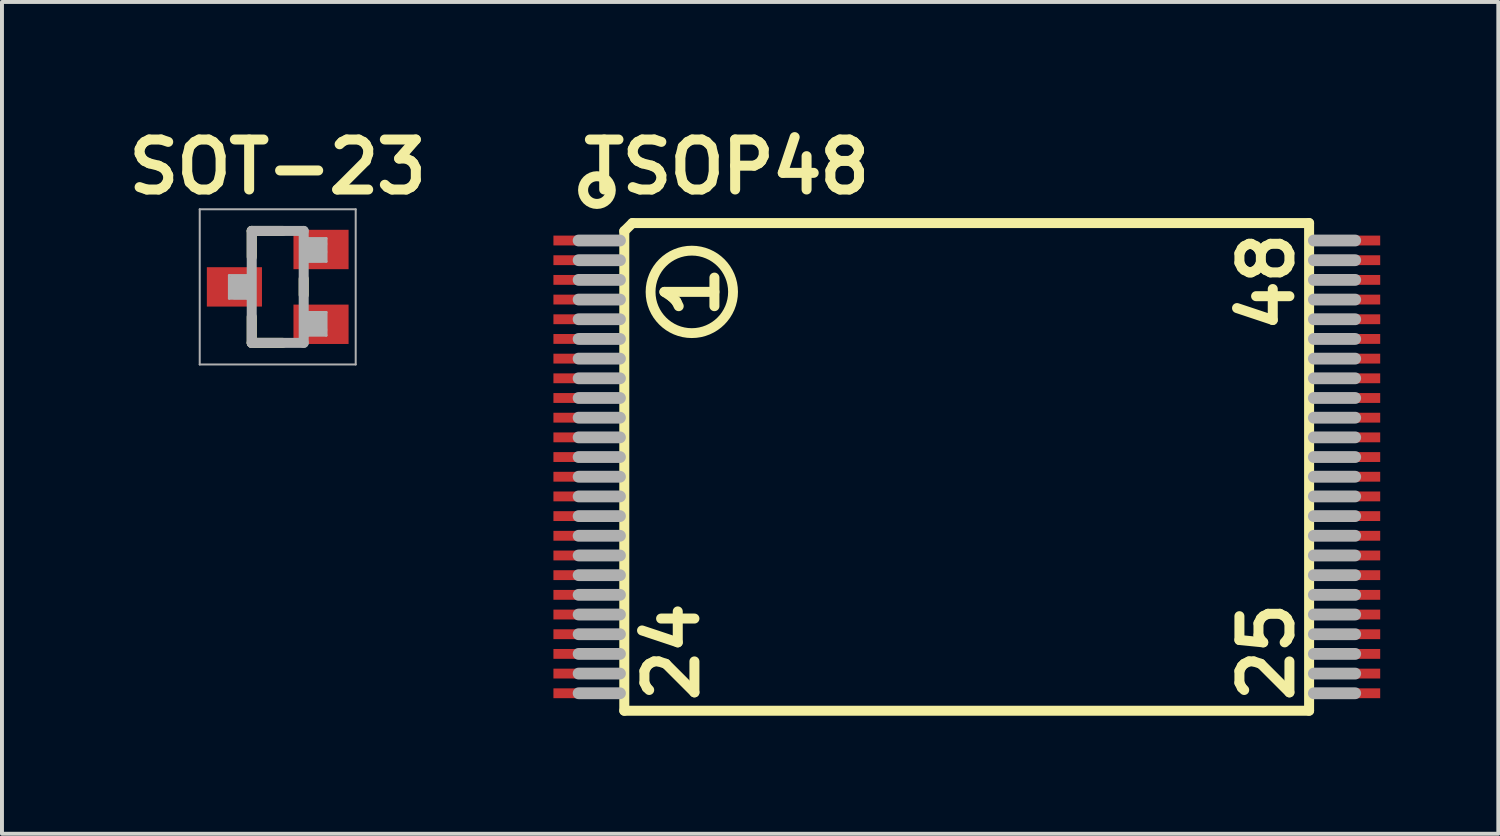
<source format=kicad_pcb>
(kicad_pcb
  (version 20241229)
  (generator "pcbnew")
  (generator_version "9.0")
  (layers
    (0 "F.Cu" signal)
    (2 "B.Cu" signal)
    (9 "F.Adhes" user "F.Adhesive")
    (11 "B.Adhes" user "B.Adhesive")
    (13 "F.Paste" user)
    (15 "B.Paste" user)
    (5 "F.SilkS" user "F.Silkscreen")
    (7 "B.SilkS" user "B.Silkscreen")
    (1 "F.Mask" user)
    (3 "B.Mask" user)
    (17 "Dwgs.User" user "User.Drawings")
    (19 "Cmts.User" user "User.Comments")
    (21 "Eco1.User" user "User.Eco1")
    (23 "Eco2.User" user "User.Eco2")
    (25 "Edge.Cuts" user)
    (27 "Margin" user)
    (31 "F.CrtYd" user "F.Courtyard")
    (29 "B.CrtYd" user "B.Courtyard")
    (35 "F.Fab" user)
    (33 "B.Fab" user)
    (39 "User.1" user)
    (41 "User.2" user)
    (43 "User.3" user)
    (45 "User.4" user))
  (footprint "TSOP48"
    (layer "F.Cu")
    (at 21.507 8.809)
    (property "Reference" "TSOP48" (at -6.096 -7.62 0) (layer "F.SilkS") (effects (font (size 1.27 1.27) (thickness 0.254))))
    (attr smd)
    (fp_line (start -8.7 -5.989) (end -8.494 -6.193) (stroke (width 0.254) (type solid)) (layer "F.SilkS"))
    (fp_line (start -8.7 6.193) (end -8.7 -5.989) (stroke (width 0.254) (type solid)) (layer "F.SilkS"))
    (fp_line (start -8.494 -6.193) (end 8.694 -6.193) (stroke (width 0.254) (type solid)) (layer "F.SilkS"))
    (fp_line (start 8.694 -6.193) (end 8.694 6.193) (stroke (width 0.254) (type solid)) (layer "F.SilkS"))
    (fp_line (start 8.694 6.193) (end -8.7 6.193) (stroke (width 0.254) (type solid)) (layer "F.SilkS"))
    (fp_circle (center -9.395 -7.031) (end -9.644 -7.28) (stroke (width 0.254) (type solid)) (fill no) (layer "F.SilkS"))
    (fp_circle (center -6.985 -4.445) (end -5.969 -4.699) (stroke (width 0.25) (type solid)) (fill no) (layer "F.SilkS"))
    (fp_line (start -9.86 -5.75) (end -8.81 -5.75) (stroke (width 0.3) (type solid)) (layer "F.Fab"))
    (fp_line (start -9.86 -5.25) (end -8.81 -5.25) (stroke (width 0.3) (type solid)) (layer "F.Fab"))
    (fp_line (start -9.86 -4.75) (end -8.81 -4.75) (stroke (width 0.3) (type solid)) (layer "F.Fab"))
    (fp_line (start -9.86 -4.25) (end -8.81 -4.25) (stroke (width 0.3) (type solid)) (layer "F.Fab"))
    (fp_line (start -9.86 -3.75) (end -8.81 -3.75) (stroke (width 0.3) (type solid)) (layer "F.Fab"))
    (fp_line (start -9.86 -3.25) (end -8.81 -3.25) (stroke (width 0.3) (type solid)) (layer "F.Fab"))
    (fp_line (start -9.86 -2.75) (end -8.81 -2.75) (stroke (width 0.3) (type solid)) (layer "F.Fab"))
    (fp_line (start -9.86 -2.25) (end -8.81 -2.25) (stroke (width 0.3) (type solid)) (layer "F.Fab"))
    (fp_line (start -9.86 -1.75) (end -8.81 -1.75) (stroke (width 0.3) (type solid)) (layer "F.Fab"))
    (fp_line (start -9.86 -1.25) (end -8.81 -1.25) (stroke (width 0.3) (type solid)) (layer "F.Fab"))
    (fp_line (start -9.86 -0.75) (end -8.81 -0.75) (stroke (width 0.3) (type solid)) (layer "F.Fab"))
    (fp_line (start -9.86 -0.25) (end -8.81 -0.25) (stroke (width 0.3) (type solid)) (layer "F.Fab"))
    (fp_line (start -9.86 0.25) (end -8.81 0.25) (stroke (width 0.3) (type solid)) (layer "F.Fab"))
    (fp_line (start -9.86 0.75) (end -8.81 0.75) (stroke (width 0.3) (type solid)) (layer "F.Fab"))
    (fp_line (start -9.86 1.25) (end -8.81 1.25) (stroke (width 0.3) (type solid)) (layer "F.Fab"))
    (fp_line (start -9.86 1.75) (end -8.81 1.75) (stroke (width 0.3) (type solid)) (layer "F.Fab"))
    (fp_line (start -9.86 2.25) (end -8.81 2.25) (stroke (width 0.3) (type solid)) (layer "F.Fab"))
    (fp_line (start -9.86 2.75) (end -8.81 2.75) (stroke (width 0.3) (type solid)) (layer "F.Fab"))
    (fp_line (start -9.86 3.25) (end -8.81 3.25) (stroke (width 0.3) (type solid)) (layer "F.Fab"))
    (fp_line (start -9.86 3.75) (end -8.81 3.75) (stroke (width 0.3) (type solid)) (layer "F.Fab"))
    (fp_line (start -9.86 4.25) (end -8.81 4.25) (stroke (width 0.3) (type solid)) (layer "F.Fab"))
    (fp_line (start -9.86 4.75) (end -8.81 4.75) (stroke (width 0.3) (type solid)) (layer "F.Fab"))
    (fp_line (start -9.86 5.25) (end -8.81 5.25) (stroke (width 0.3) (type solid)) (layer "F.Fab"))
    (fp_line (start -9.86 5.75) (end -8.81 5.75) (stroke (width 0.3) (type solid)) (layer "F.Fab"))
    (fp_line (start 8.815 -5.75) (end 9.865 -5.75) (stroke (width 0.3) (type solid)) (layer "F.Fab"))
    (fp_line (start 8.815 -5.25) (end 9.865 -5.25) (stroke (width 0.3) (type solid)) (layer "F.Fab"))
    (fp_line (start 8.815 -4.75) (end 9.865 -4.75) (stroke (width 0.3) (type solid)) (layer "F.Fab"))
    (fp_line (start 8.815 -4.25) (end 9.865 -4.25) (stroke (width 0.3) (type solid)) (layer "F.Fab"))
    (fp_line (start 8.815 -3.75) (end 9.865 -3.75) (stroke (width 0.3) (type solid)) (layer "F.Fab"))
    (fp_line (start 8.815 -3.25) (end 9.865 -3.25) (stroke (width 0.3) (type solid)) (layer "F.Fab"))
    (fp_line (start 8.815 -2.75) (end 9.865 -2.75) (stroke (width 0.3) (type solid)) (layer "F.Fab"))
    (fp_line (start 8.815 -2.25) (end 9.865 -2.25) (stroke (width 0.3) (type solid)) (layer "F.Fab"))
    (fp_line (start 8.815 -1.75) (end 9.865 -1.75) (stroke (width 0.3) (type solid)) (layer "F.Fab"))
    (fp_line (start 8.815 -1.25) (end 9.865 -1.25) (stroke (width 0.3) (type solid)) (layer "F.Fab"))
    (fp_line (start 8.815 -0.75) (end 9.865 -0.75) (stroke (width 0.3) (type solid)) (layer "F.Fab"))
    (fp_line (start 8.815 -0.25) (end 9.865 -0.25) (stroke (width 0.3) (type solid)) (layer "F.Fab"))
    (fp_line (start 8.815 0.25) (end 9.865 0.25) (stroke (width 0.3) (type solid)) (layer "F.Fab"))
    (fp_line (start 8.815 0.75) (end 9.865 0.75) (stroke (width 0.3) (type solid)) (layer "F.Fab"))
    (fp_line (start 8.815 1.25) (end 9.865 1.25) (stroke (width 0.3) (type solid)) (layer "F.Fab"))
    (fp_line (start 8.815 1.75) (end 9.865 1.75) (stroke (width 0.3) (type solid)) (layer "F.Fab"))
    (fp_line (start 8.815 2.25) (end 9.865 2.25) (stroke (width 0.3) (type solid)) (layer "F.Fab"))
    (fp_line (start 8.815 2.75) (end 9.865 2.75) (stroke (width 0.3) (type solid)) (layer "F.Fab"))
    (fp_line (start 8.815 3.25) (end 9.865 3.25) (stroke (width 0.3) (type solid)) (layer "F.Fab"))
    (fp_line (start 8.815 3.75) (end 9.865 3.75) (stroke (width 0.3) (type solid)) (layer "F.Fab"))
    (fp_line (start 8.815 4.25) (end 9.865 4.25) (stroke (width 0.3) (type solid)) (layer "F.Fab"))
    (fp_line (start 8.815 4.75) (end 9.865 4.75) (stroke (width 0.3) (type solid)) (layer "F.Fab"))
    (fp_line (start 8.815 5.25) (end 9.865 5.25) (stroke (width 0.3) (type solid)) (layer "F.Fab"))
    (fp_line (start 8.815 5.75) (end 9.865 5.75) (stroke (width 0.3) (type solid)) (layer "F.Fab"))
    (fp_text user "25" (at 7.62 4.699 90) (layer "F.SilkS") (effects (font (size 1.27 1.27) (thickness 0.254))))
    (fp_text user "24" (at -7.493 4.699 90) (layer "F.SilkS") (effects (font (size 1.27 1.27) (thickness 0.254))))
    (fp_text user "48" (at 7.62 -4.699 90) (layer "F.SilkS") (effects (font (size 1.27 1.27) (thickness 0.254))))
    (fp_text user "1" (at -6.985 -4.445 90) (layer "F.SilkS") (effects (font (size 1.27 1.27) (thickness 0.254))))
    (pad "1" smd rect (at -9.9 -5.75 270) (size 0.25 1.2) (layers "F.Cu" "F.Mask" "F.Paste"))
    (pad "2" smd rect (at -9.9 -5.25 270) (size 0.25 1.2) (layers "F.Cu" "F.Mask" "F.Paste"))
    (pad "3" smd rect (at -9.9 -4.75 270) (size 0.25 1.2) (layers "F.Cu" "F.Mask" "F.Paste"))
    (pad "4" smd rect (at -9.9 -4.25 270) (size 0.25 1.2) (layers "F.Cu" "F.Mask" "F.Paste"))
    (pad "5" smd rect (at -9.9 -3.75 270) (size 0.25 1.2) (layers "F.Cu" "F.Mask" "F.Paste"))
    (pad "6" smd rect (at -9.9 -3.25 270) (size 0.25 1.2) (layers "F.Cu" "F.Mask" "F.Paste"))
    (pad "7" smd rect (at -9.9 -2.75 270) (size 0.25 1.2) (layers "F.Cu" "F.Mask" "F.Paste"))
    (pad "8" smd rect (at -9.9 -2.25 270) (size 0.25 1.2) (layers "F.Cu" "F.Mask" "F.Paste"))
    (pad "9" smd rect (at -9.9 -1.75 270) (size 0.25 1.2) (layers "F.Cu" "F.Mask" "F.Paste"))
    (pad "10" smd rect (at -9.9 -1.25 270) (size 0.25 1.2) (layers "F.Cu" "F.Mask" "F.Paste"))
    (pad "11" smd rect (at -9.9 -0.75 270) (size 0.25 1.2) (layers "F.Cu" "F.Mask" "F.Paste"))
    (pad "12" smd rect (at -9.9 -0.25 270) (size 0.25 1.2) (layers "F.Cu" "F.Mask" "F.Paste"))
    (pad "13" smd rect (at -9.9 0.25 270) (size 0.25 1.2) (layers "F.Cu" "F.Mask" "F.Paste"))
    (pad "14" smd rect (at -9.9 0.75 270) (size 0.25 1.2) (layers "F.Cu" "F.Mask" "F.Paste"))
    (pad "15" smd rect (at -9.9 1.25 270) (size 0.25 1.2) (layers "F.Cu" "F.Mask" "F.Paste"))
    (pad "16" smd rect (at -9.9 1.75 270) (size 0.25 1.2) (layers "F.Cu" "F.Mask" "F.Paste"))
    (pad "17" smd rect (at -9.9 2.25 270) (size 0.25 1.2) (layers "F.Cu" "F.Mask" "F.Paste"))
    (pad "18" smd rect (at -9.9 2.75 270) (size 0.25 1.2) (layers "F.Cu" "F.Mask" "F.Paste"))
    (pad "19" smd rect (at -9.9 3.25 270) (size 0.25 1.2) (layers "F.Cu" "F.Mask" "F.Paste"))
    (pad "20" smd rect (at -9.9 3.75 270) (size 0.25 1.2) (layers "F.Cu" "F.Mask" "F.Paste"))
    (pad "21" smd rect (at -9.9 4.25 270) (size 0.25 1.2) (layers "F.Cu" "F.Mask" "F.Paste"))
    (pad "22" smd rect (at -9.9 4.75 270) (size 0.25 1.2) (layers "F.Cu" "F.Mask" "F.Paste"))
    (pad "23" smd rect (at -9.9 5.25 270) (size 0.25 1.2) (layers "F.Cu" "F.Mask" "F.Paste"))
    (pad "24" smd rect (at -9.9 5.75 270) (size 0.25 1.2) (layers "F.Cu" "F.Mask" "F.Paste"))
    (pad "25" smd rect (at 9.9 5.75 270) (size 0.25 1.2) (layers "F.Cu" "F.Mask" "F.Paste"))
    (pad "26" smd rect (at 9.9 5.25 270) (size 0.25 1.2) (layers "F.Cu" "F.Mask" "F.Paste"))
    (pad "27" smd rect (at 9.9 4.75 270) (size 0.25 1.2) (layers "F.Cu" "F.Mask" "F.Paste"))
    (pad "28" smd rect (at 9.9 4.25 270) (size 0.25 1.2) (layers "F.Cu" "F.Mask" "F.Paste"))
    (pad "29" smd rect (at 9.9 3.75 270) (size 0.25 1.2) (layers "F.Cu" "F.Mask" "F.Paste"))
    (pad "30" smd rect (at 9.9 3.25 270) (size 0.25 1.2) (layers "F.Cu" "F.Mask" "F.Paste"))
    (pad "31" smd rect (at 9.9 2.75 270) (size 0.25 1.2) (layers "F.Cu" "F.Mask" "F.Paste"))
    (pad "32" smd rect (at 9.9 2.25 270) (size 0.25 1.2) (layers "F.Cu" "F.Mask" "F.Paste"))
    (pad "33" smd rect (at 9.9 1.75 270) (size 0.25 1.2) (layers "F.Cu" "F.Mask" "F.Paste"))
    (pad "34" smd rect (at 9.9 1.25 270) (size 0.25 1.2) (layers "F.Cu" "F.Mask" "F.Paste"))
    (pad "35" smd rect (at 9.9 0.75 270) (size 0.25 1.2) (layers "F.Cu" "F.Mask" "F.Paste"))
    (pad "36" smd rect (at 9.9 0.25 270) (size 0.25 1.2) (layers "F.Cu" "F.Mask" "F.Paste"))
    (pad "37" smd rect (at 9.9 -0.25 270) (size 0.25 1.2) (layers "F.Cu" "F.Mask" "F.Paste"))
    (pad "38" smd rect (at 9.9 -0.75 270) (size 0.25 1.2) (layers "F.Cu" "F.Mask" "F.Paste"))
    (pad "39" smd rect (at 9.9 -1.25 270) (size 0.25 1.2) (layers "F.Cu" "F.Mask" "F.Paste"))
    (pad "40" smd rect (at 9.9 -1.75 270) (size 0.25 1.2) (layers "F.Cu" "F.Mask" "F.Paste"))
    (pad "41" smd rect (at 9.9 -2.25 270) (size 0.25 1.2) (layers "F.Cu" "F.Mask" "F.Paste"))
    (pad "42" smd rect (at 9.9 -2.75 270) (size 0.25 1.2) (layers "F.Cu" "F.Mask" "F.Paste"))
    (pad "43" smd rect (at 9.9 -3.25 270) (size 0.25 1.2) (layers "F.Cu" "F.Mask" "F.Paste"))
    (pad "44" smd rect (at 9.9 -3.75 270) (size 0.25 1.2) (layers "F.Cu" "F.Mask" "F.Paste"))
    (pad "45" smd rect (at 9.9 -4.25 270) (size 0.25 1.2) (layers "F.Cu" "F.Mask" "F.Paste"))
    (pad "46" smd rect (at 9.9 -4.75 270) (size 0.25 1.2) (layers "F.Cu" "F.Mask" "F.Paste"))
    (pad "47" smd rect (at 9.9 -5.25 270) (size 0.25 1.2) (layers "F.Cu" "F.Mask" "F.Paste"))
    (pad "48" smd rect (at 9.9 -5.75 270) (size 0.25 1.2) (layers "F.Cu" "F.Mask" "F.Paste")))
  (footprint "SOT-23"
    (layer "F.Cu")
    (at 4.004 4.237)
    (property "Reference" "SOT-23" (at 0 -3.048 0) (layer "F.SilkS") (effects (font (size 1.27 1.27) (thickness 0.254))))
    (attr smd)
    (fp_line (start -0.66 -1.422) (end 0.127 -1.422) (stroke (width 0.254) (type solid)) (layer "F.SilkS"))
    (fp_line (start -0.66 -0.762) (end -0.66 -1.422) (stroke (width 0.254) (type solid)) (layer "F.SilkS"))
    (fp_line (start -0.66 1.422) (end -0.66 0.762) (stroke (width 0.254) (type solid)) (layer "F.SilkS"))
    (fp_line (start 0.127 1.422) (end -0.66 1.422) (stroke (width 0.254) (type solid)) (layer "F.SilkS"))
    (fp_line (start 0.66 0.203) (end 0.66 -0.203) (stroke (width 0.254) (type solid)) (layer "F.SilkS"))
    (fp_line (start -1.981 -1.971) (end 1.981 -1.971) (stroke (width 0.051) (type solid)) (layer "F.Fab"))
    (fp_line (start -1.981 1.971) (end -1.981 -1.971) (stroke (width 0.051) (type solid)) (layer "F.Fab"))
    (fp_line (start -1.232 -0.292) (end -0.775 -0.292) (stroke (width 0.066) (type solid)) (layer "F.Fab"))
    (fp_line (start -1.232 0.292) (end -1.232 -0.292) (stroke (width 0.066) (type solid)) (layer "F.Fab"))
    (fp_line (start -1.232 0.292) (end -0.775 0.292) (stroke (width 0.066) (type solid)) (layer "F.Fab"))
    (fp_line (start -0.775 0.292) (end -0.775 -0.292) (stroke (width 0.066) (type solid)) (layer "F.Fab"))
    (fp_line (start -0.762 0.051) (end -1.118 0.051) (stroke (width 0.28) (type solid)) (layer "F.Fab"))
    (fp_line (start -0.762 0.178) (end -1.092 0.178) (stroke (width 0.28) (type solid)) (layer "F.Fab"))
    (fp_line (start -0.737 -0.152) (end -1.118 -0.152) (stroke (width 0.28) (type solid)) (layer "F.Fab"))
    (fp_line (start -0.66 -1.422) (end 0.66 -1.422) (stroke (width 0.254) (type solid)) (layer "F.Fab"))
    (fp_line (start -0.66 1.422) (end -0.66 -1.422) (stroke (width 0.254) (type solid)) (layer "F.Fab"))
    (fp_line (start 0.66 -1.422) (end 0.66 1.422) (stroke (width 0.254) (type solid)) (layer "F.Fab"))
    (fp_line (start 0.66 1.422) (end -0.66 1.422) (stroke (width 0.254) (type solid)) (layer "F.Fab"))
    (fp_line (start 0.711 -1.092) (end 1.118 -1.092) (stroke (width 0.28) (type solid)) (layer "F.Fab"))
    (fp_line (start 0.711 -0.762) (end 1.092 -0.762) (stroke (width 0.28) (type solid)) (layer "F.Fab"))
    (fp_line (start 0.762 -0.889) (end 1.118 -0.889) (stroke (width 0.28) (type solid)) (layer "F.Fab"))
    (fp_line (start 0.762 0.762) (end 1.092 0.762) (stroke (width 0.28) (type solid)) (layer "F.Fab"))
    (fp_line (start 0.775 -1.232) (end 1.232 -1.232) (stroke (width 0.066) (type solid)) (layer "F.Fab"))
    (fp_line (start 0.775 -0.645) (end 0.775 -1.232) (stroke (width 0.066) (type solid)) (layer "F.Fab"))
    (fp_line (start 0.775 -0.645) (end 1.232 -0.645) (stroke (width 0.066) (type solid)) (layer "F.Fab"))
    (fp_line (start 0.775 0.645) (end 1.232 0.645) (stroke (width 0.066) (type solid)) (layer "F.Fab"))
    (fp_line (start 0.775 1.232) (end 0.775 0.645) (stroke (width 0.066) (type solid)) (layer "F.Fab"))
    (fp_line (start 0.775 1.232) (end 1.232 1.232) (stroke (width 0.066) (type solid)) (layer "F.Fab"))
    (fp_line (start 0.787 0.94) (end 1.092 0.94) (stroke (width 0.28) (type solid)) (layer "F.Fab"))
    (fp_line (start 0.787 1.092) (end 1.118 1.092) (stroke (width 0.28) (type solid)) (layer "F.Fab"))
    (fp_line (start 1.232 -0.645) (end 1.232 -1.232) (stroke (width 0.066) (type solid)) (layer "F.Fab"))
    (fp_line (start 1.232 1.232) (end 1.232 0.645) (stroke (width 0.066) (type solid)) (layer "F.Fab"))
    (fp_line (start 1.981 -1.971) (end 1.981 1.971) (stroke (width 0.051) (type solid)) (layer "F.Fab"))
    (fp_line (start 1.981 1.971) (end -1.981 1.971) (stroke (width 0.051) (type solid)) (layer "F.Fab"))
    (pad "1" smd rect (at 1.1 0.95 90) (size 1 1.4) (layers "F.Cu" "F.Mask" "F.Paste"))
    (pad "2" smd rect (at 1.1 -0.95 90) (size 1 1.4) (layers "F.Cu" "F.Mask" "F.Paste"))
    (pad "3" smd rect (at -1.1 0 90) (size 1 1.4) (layers "F.Cu" "F.Mask" "F.Paste")))
  (gr_rect
    (start -3 -3)
    (end 35.007 18.128)
    (stroke (width 0.1) (type default))
    (fill no)
    (layer "Edge.Cuts")))
</source>
